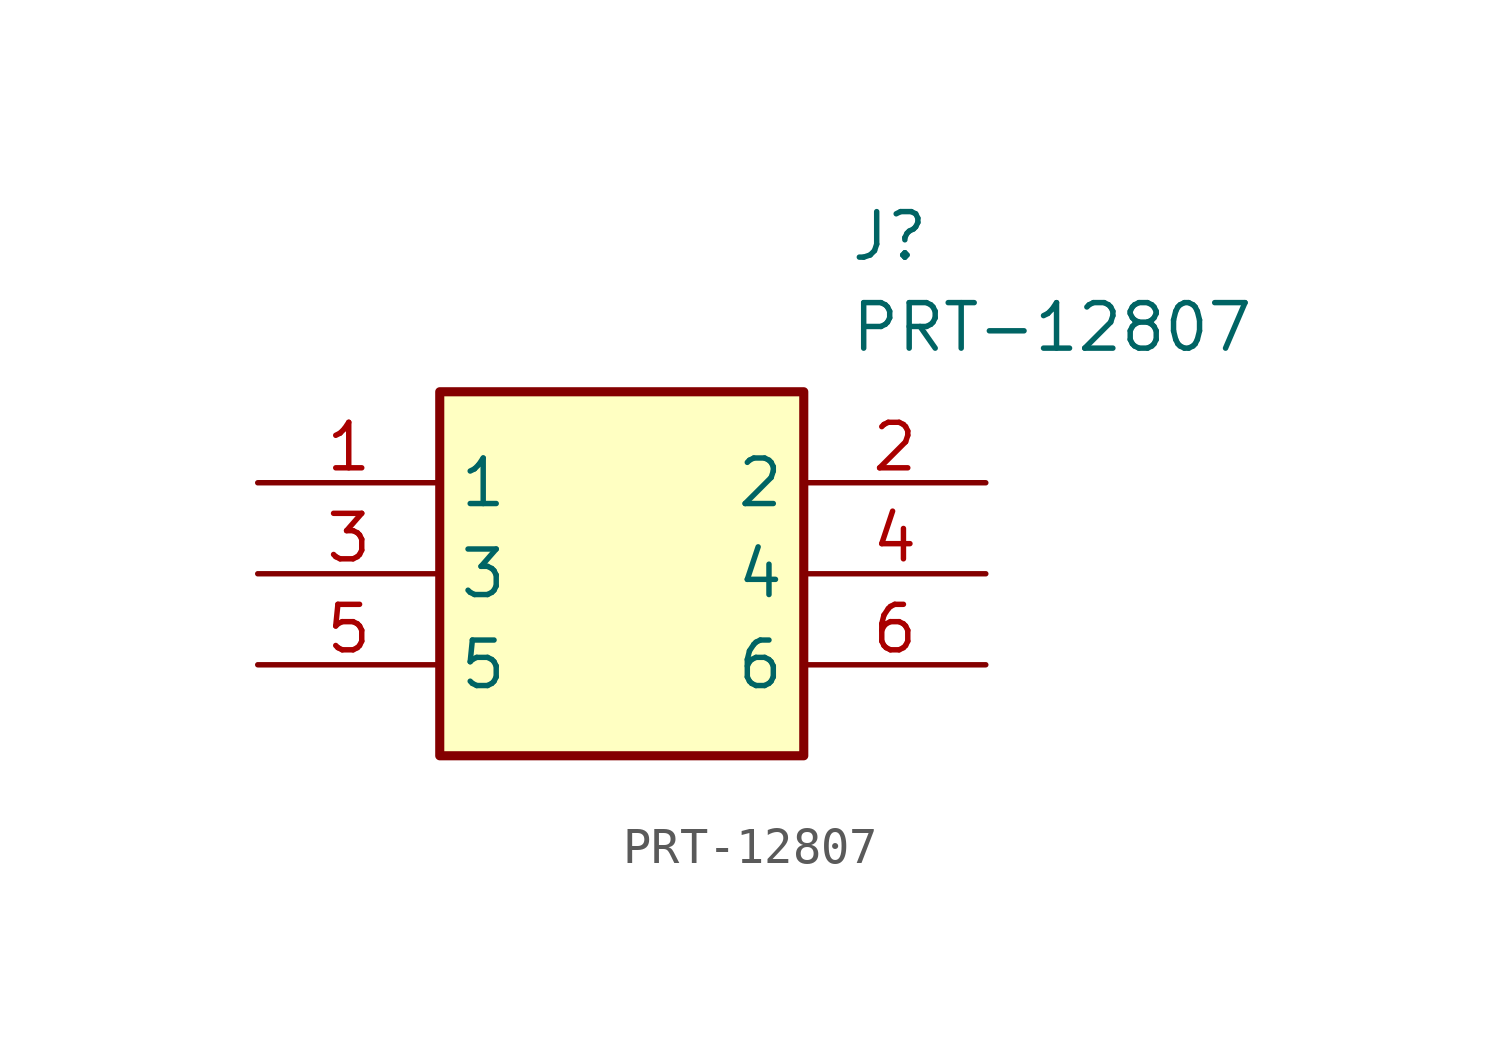
<source format=kicad_sym>
(kicad_symbol_lib
  (version 20211014)
  (generator SamacSys_ECAD_Model)
  (symbol "PRT-12807"
    (property "Reference" "J"
      (at 16.51 7.62 0)
      (effects (font (size 1.27 1.27)) (justify left top)))
    (property "Value" "PRT-12807"
      (at 16.51 5.08 0)
      (effects (font (size 1.27 1.27)) (justify left top)))
    (rectangle
      (start 5.08 2.54)
      (end 15.24 -7.62)
      (stroke (width 0.254) (type default))
      (fill (type background)))
    (pin passive line
      (at 0 0 0)
      (length 5.08)
      (name "1" (effects (font (size 1.27 1.27))))
      (number "1" (effects (font (size 1.27 1.27)))))
    (pin passive line
      (at 0 -2.54 0)
      (length 5.08)
      (name "3" (effects (font (size 1.27 1.27))))
      (number "3" (effects (font (size 1.27 1.27)))))
    (pin passive line
      (at 0 -5.08 0)
      (length 5.08)
      (name "5" (effects (font (size 1.27 1.27))))
      (number "5" (effects (font (size 1.27 1.27)))))
    (pin passive line
      (at 20.32 0 180)
      (length 5.08)
      (name "2" (effects (font (size 1.27 1.27))))
      (number "2" (effects (font (size 1.27 1.27)))))
    (pin passive line
      (at 20.32 -2.54 180)
      (length 5.08)
      (name "4" (effects (font (size 1.27 1.27))))
      (number "4" (effects (font (size 1.27 1.27)))))
    (pin passive line
      (at 20.32 -5.08 180)
      (length 5.08)
      (name "6" (effects (font (size 1.27 1.27))))
      (number "6" (effects (font (size 1.27 1.27)))))))
</source>
